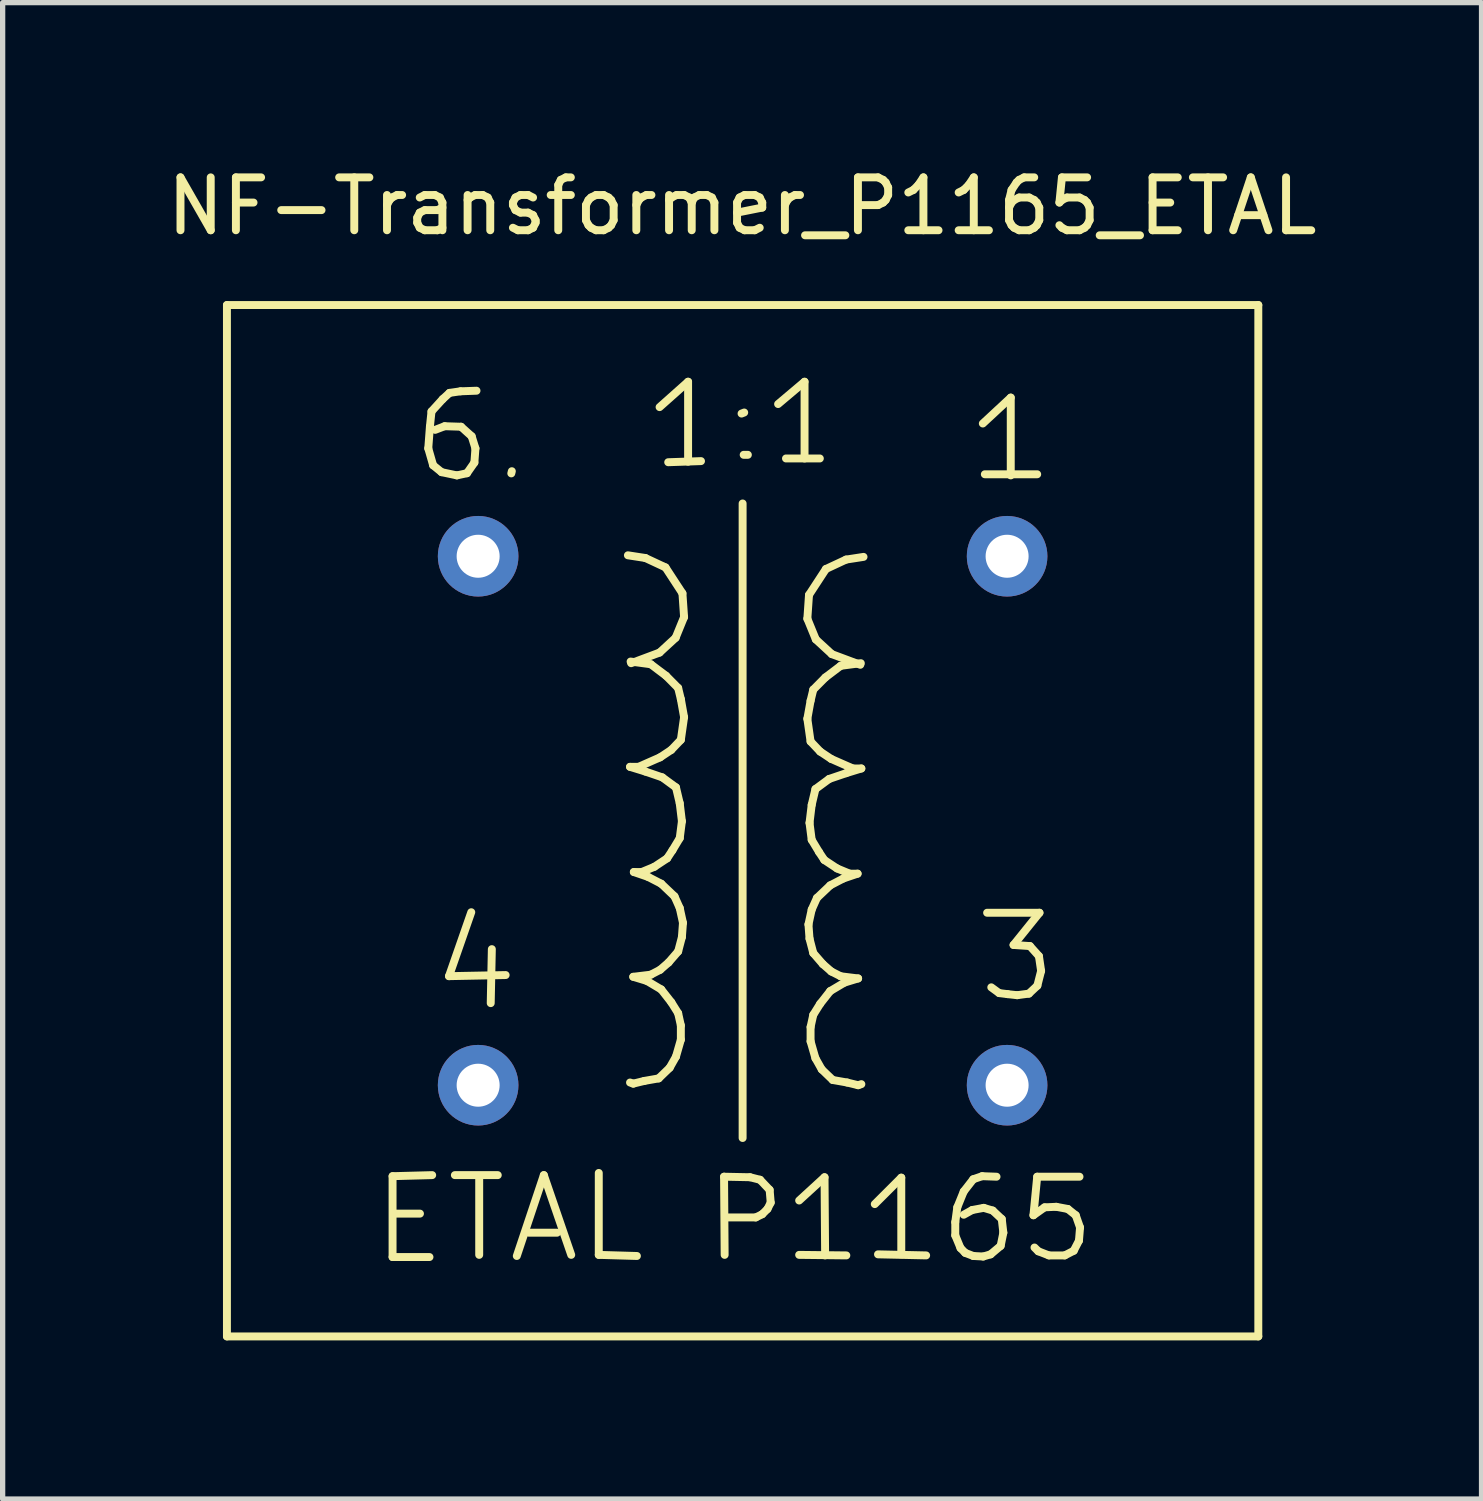
<source format=kicad_pcb>
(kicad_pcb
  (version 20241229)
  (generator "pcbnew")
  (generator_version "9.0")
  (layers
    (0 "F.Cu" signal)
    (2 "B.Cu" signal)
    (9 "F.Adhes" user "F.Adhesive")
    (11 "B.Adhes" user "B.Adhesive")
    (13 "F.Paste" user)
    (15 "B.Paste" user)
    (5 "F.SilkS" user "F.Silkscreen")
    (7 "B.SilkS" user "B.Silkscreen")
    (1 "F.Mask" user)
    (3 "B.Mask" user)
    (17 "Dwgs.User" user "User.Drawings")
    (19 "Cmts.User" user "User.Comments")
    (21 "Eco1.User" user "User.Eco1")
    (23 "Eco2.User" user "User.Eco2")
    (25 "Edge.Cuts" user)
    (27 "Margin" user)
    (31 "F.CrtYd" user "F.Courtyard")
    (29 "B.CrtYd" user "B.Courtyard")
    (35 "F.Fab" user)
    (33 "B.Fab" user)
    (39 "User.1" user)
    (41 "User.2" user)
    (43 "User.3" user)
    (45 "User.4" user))
  (footprint "NF-Transformer_P1165_ETAL"
    (layer "F.Cu")
    (at 10.992 12.469)
    (property "Reference" "NF-Transformer_P1165_ETAL" (at -0.01 -11.62 0) (layer "F.SilkS") (effects (font (size 1 1) (thickness 0.15))))
    (attr through_hole)
    (fp_line (start -9.751 -9.751) (end -9.751 9.751) (stroke (width 0.15) (type solid)) (layer "F.SilkS"))
    (fp_line (start -9.751 9.751) (end 9.751 9.751) (stroke (width 0.15) (type solid)) (layer "F.SilkS"))
    (fp_line (start -6.619 6.721) (end -6.619 8.25) (stroke (width 0.15) (type solid)) (layer "F.SilkS"))
    (fp_line (start -6.619 8.25) (end -5.921 8.25) (stroke (width 0.15) (type solid)) (layer "F.SilkS"))
    (fp_line (start -6.551 7.429) (end -6.101 7.429) (stroke (width 0.15) (type solid)) (layer "F.SilkS"))
    (fp_line (start -5.944 -7.041) (end -5.852 -6.721) (stroke (width 0.15) (type solid)) (layer "F.SilkS"))
    (fp_line (start -5.913 -7.45) (end -5.944 -7.041) (stroke (width 0.15) (type solid)) (layer "F.SilkS"))
    (fp_line (start -5.883 -7.739) (end -5.913 -7.45) (stroke (width 0.15) (type solid)) (layer "F.SilkS"))
    (fp_line (start -5.87 6.701) (end -6.619 6.721) (stroke (width 0.15) (type solid)) (layer "F.SilkS"))
    (fp_line (start -5.852 -6.721) (end -5.692 -6.591) (stroke (width 0.15) (type solid)) (layer "F.SilkS"))
    (fp_line (start -5.692 -6.591) (end -5.403 -6.53) (stroke (width 0.15) (type solid)) (layer "F.SilkS"))
    (fp_line (start -5.672 -7.971) (end -5.883 -7.739) (stroke (width 0.15) (type solid)) (layer "F.SilkS"))
    (fp_line (start -5.634 -7.46) (end -5.814 -7.391) (stroke (width 0.15) (type solid)) (layer "F.SilkS"))
    (fp_line (start -5.552 2.939) (end -4.481 2.918) (stroke (width 0.15) (type solid)) (layer "F.SilkS"))
    (fp_line (start -5.542 -8.09) (end -5.672 -7.971) (stroke (width 0.15) (type solid)) (layer "F.SilkS"))
    (fp_line (start -5.441 6.701) (end -4.63 6.701) (stroke (width 0.15) (type solid)) (layer "F.SilkS"))
    (fp_line (start -5.403 -6.53) (end -5.212 -6.571) (stroke (width 0.15) (type solid)) (layer "F.SilkS"))
    (fp_line (start -5.334 -8.12) (end -5.542 -8.09) (stroke (width 0.15) (type solid)) (layer "F.SilkS"))
    (fp_line (start -5.324 -7.45) (end -5.634 -7.46) (stroke (width 0.15) (type solid)) (layer "F.SilkS"))
    (fp_line (start -5.212 -6.571) (end -5.072 -6.772) (stroke (width 0.15) (type solid)) (layer "F.SilkS"))
    (fp_line (start -5.131 1.73) (end -5.552 2.939) (stroke (width 0.15) (type solid)) (layer "F.SilkS"))
    (fp_line (start -5.123 -7.269) (end -5.324 -7.45) (stroke (width 0.15) (type solid)) (layer "F.SilkS"))
    (fp_line (start -5.072 -6.772) (end -5.052 -7.041) (stroke (width 0.15) (type solid)) (layer "F.SilkS"))
    (fp_line (start -5.052 -7.041) (end -5.123 -7.269) (stroke (width 0.15) (type solid)) (layer "F.SilkS"))
    (fp_line (start -5.032 -8.131) (end -5.334 -8.12) (stroke (width 0.15) (type solid)) (layer "F.SilkS"))
    (fp_line (start -4.981 8.209) (end -4.981 6.741) (stroke (width 0.15) (type solid)) (layer "F.SilkS"))
    (fp_line (start -4.742 2.428) (end -4.763 3.449) (stroke (width 0.15) (type solid)) (layer "F.SilkS"))
    (fp_line (start -4.374 -6.568) (end -4.364 -6.609) (stroke (width 0.15) (type solid)) (layer "F.SilkS"))
    (fp_line (start -4.27 8.23) (end -3.759 6.701) (stroke (width 0.15) (type solid)) (layer "F.SilkS"))
    (fp_line (start -4.041 7.79) (end -3.51 7.79) (stroke (width 0.15) (type solid)) (layer "F.SilkS"))
    (fp_line (start -3.759 6.701) (end -3.241 8.209) (stroke (width 0.15) (type solid)) (layer "F.SilkS"))
    (fp_line (start -2.72 6.66) (end -2.72 8.209) (stroke (width 0.15) (type solid)) (layer "F.SilkS"))
    (fp_line (start -2.72 8.209) (end -1.999 8.23) (stroke (width 0.15) (type solid)) (layer "F.SilkS"))
    (fp_line (start -2.169 -5.019) (end -1.839 -4.968) (stroke (width 0.15) (type solid)) (layer "F.SilkS"))
    (fp_line (start -2.129 -1.019) (end -1.839 -0.93) (stroke (width 0.15) (type solid)) (layer "F.SilkS"))
    (fp_line (start -2.118 -3.01) (end -1.737 -2.959) (stroke (width 0.15) (type solid)) (layer "F.SilkS"))
    (fp_line (start -2.068 2.951) (end -1.808 3.03) (stroke (width 0.15) (type solid)) (layer "F.SilkS"))
    (fp_line (start -2.068 4.971) (end -2.129 4.95) (stroke (width 0.15) (type solid)) (layer "F.SilkS"))
    (fp_line (start -2.057 0.97) (end -1.788 1.062) (stroke (width 0.15) (type solid)) (layer "F.SilkS"))
    (fp_line (start -1.968 -1.019) (end -2.129 -1.019) (stroke (width 0.15) (type solid)) (layer "F.SilkS"))
    (fp_line (start -1.908 0.97) (end -2.057 0.97) (stroke (width 0.15) (type solid)) (layer "F.SilkS"))
    (fp_line (start -1.859 4.92) (end -2.068 4.971) (stroke (width 0.15) (type solid)) (layer "F.SilkS"))
    (fp_line (start -1.839 -4.968) (end -1.458 -4.79) (stroke (width 0.15) (type solid)) (layer "F.SilkS"))
    (fp_line (start -1.839 -0.93) (end -1.519 -0.82) (stroke (width 0.15) (type solid)) (layer "F.SilkS"))
    (fp_line (start -1.808 3.03) (end -1.539 3.19) (stroke (width 0.15) (type solid)) (layer "F.SilkS"))
    (fp_line (start -1.788 1.062) (end -1.539 1.191) (stroke (width 0.15) (type solid)) (layer "F.SilkS"))
    (fp_line (start -1.737 -2.959) (end -1.448 -2.741) (stroke (width 0.15) (type solid)) (layer "F.SilkS"))
    (fp_line (start -1.737 2.911) (end -2.068 2.951) (stroke (width 0.15) (type solid)) (layer "F.SilkS"))
    (fp_line (start -1.669 0.871) (end -1.908 0.97) (stroke (width 0.15) (type solid)) (layer "F.SilkS"))
    (fp_line (start -1.587 4.872) (end -1.859 4.92) (stroke (width 0.15) (type solid)) (layer "F.SilkS"))
    (fp_line (start -1.57 -7.821) (end -1.031 -8.301) (stroke (width 0.15) (type solid)) (layer "F.SilkS"))
    (fp_line (start -1.57 -3.18) (end -2.108 -2.979) (stroke (width 0.15) (type solid)) (layer "F.SilkS"))
    (fp_line (start -1.56 -1.199) (end -1.968 -1.019) (stroke (width 0.15) (type solid)) (layer "F.SilkS"))
    (fp_line (start -1.56 2.819) (end -1.737 2.911) (stroke (width 0.15) (type solid)) (layer "F.SilkS"))
    (fp_line (start -1.539 1.191) (end -1.288 1.43) (stroke (width 0.15) (type solid)) (layer "F.SilkS"))
    (fp_line (start -1.539 3.19) (end -1.349 3.432) (stroke (width 0.15) (type solid)) (layer "F.SilkS"))
    (fp_line (start -1.519 -0.82) (end -1.26 -0.63) (stroke (width 0.15) (type solid)) (layer "F.SilkS"))
    (fp_line (start -1.458 -4.79) (end -1.138 -4.3) (stroke (width 0.15) (type solid)) (layer "F.SilkS"))
    (fp_line (start -1.448 -2.741) (end -1.219 -2.51) (stroke (width 0.15) (type solid)) (layer "F.SilkS"))
    (fp_line (start -1.427 0.711) (end -1.669 0.871) (stroke (width 0.15) (type solid)) (layer "F.SilkS"))
    (fp_line (start -1.407 -6.779) (end -0.787 -6.8) (stroke (width 0.15) (type solid)) (layer "F.SilkS"))
    (fp_line (start -1.4 2.68) (end -1.56 2.819) (stroke (width 0.15) (type solid)) (layer "F.SilkS"))
    (fp_line (start -1.379 4.671) (end -1.587 4.872) (stroke (width 0.15) (type solid)) (layer "F.SilkS"))
    (fp_line (start -1.349 -1.339) (end -1.56 -1.199) (stroke (width 0.15) (type solid)) (layer "F.SilkS"))
    (fp_line (start -1.349 3.432) (end -1.219 3.64) (stroke (width 0.15) (type solid)) (layer "F.SilkS"))
    (fp_line (start -1.328 0.561) (end -1.427 0.711) (stroke (width 0.15) (type solid)) (layer "F.SilkS"))
    (fp_line (start -1.288 1.43) (end -1.189 1.651) (stroke (width 0.15) (type solid)) (layer "F.SilkS"))
    (fp_line (start -1.267 -3.459) (end -1.57 -3.18) (stroke (width 0.15) (type solid)) (layer "F.SilkS"))
    (fp_line (start -1.26 -0.63) (end -1.189 -0.33) (stroke (width 0.15) (type solid)) (layer "F.SilkS"))
    (fp_line (start -1.26 4.46) (end -1.379 4.671) (stroke (width 0.15) (type solid)) (layer "F.SilkS"))
    (fp_line (start -1.219 -2.51) (end -1.168 -2.299) (stroke (width 0.15) (type solid)) (layer "F.SilkS"))
    (fp_line (start -1.219 2.471) (end -1.4 2.68) (stroke (width 0.15) (type solid)) (layer "F.SilkS"))
    (fp_line (start -1.219 3.64) (end -1.168 3.871) (stroke (width 0.15) (type solid)) (layer "F.SilkS"))
    (fp_line (start -1.189 -0.33) (end -1.148 0.01) (stroke (width 0.15) (type solid)) (layer "F.SilkS"))
    (fp_line (start -1.189 0.33) (end -1.328 0.561) (stroke (width 0.15) (type solid)) (layer "F.SilkS"))
    (fp_line (start -1.189 1.651) (end -1.128 1.93) (stroke (width 0.15) (type solid)) (layer "F.SilkS"))
    (fp_line (start -1.168 -2.299) (end -1.107 -1.958) (stroke (width 0.15) (type solid)) (layer "F.SilkS"))
    (fp_line (start -1.168 -1.529) (end -1.349 -1.339) (stroke (width 0.15) (type solid)) (layer "F.SilkS"))
    (fp_line (start -1.168 3.871) (end -1.168 4.14) (stroke (width 0.15) (type solid)) (layer "F.SilkS"))
    (fp_line (start -1.168 4.14) (end -1.26 4.46) (stroke (width 0.15) (type solid)) (layer "F.SilkS"))
    (fp_line (start -1.148 0.01) (end -1.189 0.33) (stroke (width 0.15) (type solid)) (layer "F.SilkS"))
    (fp_line (start -1.148 2.2) (end -1.219 2.471) (stroke (width 0.15) (type solid)) (layer "F.SilkS"))
    (fp_line (start -1.138 -4.3) (end -1.107 -3.851) (stroke (width 0.15) (type solid)) (layer "F.SilkS"))
    (fp_line (start -1.128 1.93) (end -1.148 2.2) (stroke (width 0.15) (type solid)) (layer "F.SilkS"))
    (fp_line (start -1.107 -3.851) (end -1.267 -3.459) (stroke (width 0.15) (type solid)) (layer "F.SilkS"))
    (fp_line (start -1.107 -1.958) (end -1.168 -1.529) (stroke (width 0.15) (type solid)) (layer "F.SilkS"))
    (fp_line (start -1.031 -8.301) (end -1.031 -6.789) (stroke (width 0.15) (type solid)) (layer "F.SilkS"))
    (fp_line (start -0.351 6.731) (end 0.14 6.741) (stroke (width 0.15) (type solid)) (layer "F.SilkS"))
    (fp_line (start -0.34 8.209) (end -0.351 6.731) (stroke (width 0.15) (type solid)) (layer "F.SilkS"))
    (fp_line (start 0 -5.999) (end 0 5.999) (stroke (width 0.15) (type solid)) (layer "F.SilkS"))
    (fp_line (start 0.03 -7.719) (end -0.02 -7.699) (stroke (width 0.15) (type solid)) (layer "F.SilkS"))
    (fp_line (start 0.099 -6.919) (end 0.02 -6.919) (stroke (width 0.15) (type solid)) (layer "F.SilkS"))
    (fp_line (start 0.14 6.741) (end 0.33 6.789) (stroke (width 0.15) (type solid)) (layer "F.SilkS"))
    (fp_line (start 0.249 7.501) (end -0.269 7.501) (stroke (width 0.15) (type solid)) (layer "F.SilkS"))
    (fp_line (start 0.33 6.789) (end 0.511 6.98) (stroke (width 0.15) (type solid)) (layer "F.SilkS"))
    (fp_line (start 0.371 7.44) (end 0.249 7.501) (stroke (width 0.15) (type solid)) (layer "F.SilkS"))
    (fp_line (start 0.47 7.341) (end 0.371 7.44) (stroke (width 0.15) (type solid)) (layer "F.SilkS"))
    (fp_line (start 0.511 6.98) (end 0.531 7.221) (stroke (width 0.15) (type solid)) (layer "F.SilkS"))
    (fp_line (start 0.531 7.221) (end 0.47 7.341) (stroke (width 0.15) (type solid)) (layer "F.SilkS"))
    (fp_line (start 0.671 -7.879) (end 1.171 -8.301) (stroke (width 0.15) (type solid)) (layer "F.SilkS"))
    (fp_line (start 0.82 -6.85) (end 1.46 -6.85) (stroke (width 0.15) (type solid)) (layer "F.SilkS"))
    (fp_line (start 1.069 7.181) (end 1.549 6.741) (stroke (width 0.15) (type solid)) (layer "F.SilkS"))
    (fp_line (start 1.069 8.209) (end 1.961 8.219) (stroke (width 0.15) (type solid)) (layer "F.SilkS"))
    (fp_line (start 1.171 -8.301) (end 1.171 -6.85) (stroke (width 0.15) (type solid)) (layer "F.SilkS"))
    (fp_line (start 1.224 -3.82) (end 1.384 -3.429) (stroke (width 0.15) (type solid)) (layer "F.SilkS"))
    (fp_line (start 1.224 -1.928) (end 1.285 -1.499) (stroke (width 0.15) (type solid)) (layer "F.SilkS"))
    (fp_line (start 1.245 1.961) (end 1.265 2.23) (stroke (width 0.15) (type solid)) (layer "F.SilkS"))
    (fp_line (start 1.255 -4.27) (end 1.224 -3.82) (stroke (width 0.15) (type solid)) (layer "F.SilkS"))
    (fp_line (start 1.265 0.041) (end 1.306 0.361) (stroke (width 0.15) (type solid)) (layer "F.SilkS"))
    (fp_line (start 1.265 2.23) (end 1.336 2.502) (stroke (width 0.15) (type solid)) (layer "F.SilkS"))
    (fp_line (start 1.285 -2.268) (end 1.224 -1.928) (stroke (width 0.15) (type solid)) (layer "F.SilkS"))
    (fp_line (start 1.285 -1.499) (end 1.466 -1.308) (stroke (width 0.15) (type solid)) (layer "F.SilkS"))
    (fp_line (start 1.285 3.901) (end 1.285 4.171) (stroke (width 0.15) (type solid)) (layer "F.SilkS"))
    (fp_line (start 1.285 4.171) (end 1.377 4.491) (stroke (width 0.15) (type solid)) (layer "F.SilkS"))
    (fp_line (start 1.306 -0.3) (end 1.265 0.041) (stroke (width 0.15) (type solid)) (layer "F.SilkS"))
    (fp_line (start 1.306 0.361) (end 1.445 0.592) (stroke (width 0.15) (type solid)) (layer "F.SilkS"))
    (fp_line (start 1.306 1.681) (end 1.245 1.961) (stroke (width 0.15) (type solid)) (layer "F.SilkS"))
    (fp_line (start 1.336 -2.479) (end 1.285 -2.268) (stroke (width 0.15) (type solid)) (layer "F.SilkS"))
    (fp_line (start 1.336 2.502) (end 1.516 2.71) (stroke (width 0.15) (type solid)) (layer "F.SilkS"))
    (fp_line (start 1.336 3.67) (end 1.285 3.901) (stroke (width 0.15) (type solid)) (layer "F.SilkS"))
    (fp_line (start 1.377 -0.599) (end 1.306 -0.3) (stroke (width 0.15) (type solid)) (layer "F.SilkS"))
    (fp_line (start 1.377 4.491) (end 1.496 4.702) (stroke (width 0.15) (type solid)) (layer "F.SilkS"))
    (fp_line (start 1.384 -3.429) (end 1.687 -3.15) (stroke (width 0.15) (type solid)) (layer "F.SilkS"))
    (fp_line (start 1.405 1.46) (end 1.306 1.681) (stroke (width 0.15) (type solid)) (layer "F.SilkS"))
    (fp_line (start 1.445 0.592) (end 1.544 0.742) (stroke (width 0.15) (type solid)) (layer "F.SilkS"))
    (fp_line (start 1.466 -1.308) (end 1.676 -1.168) (stroke (width 0.15) (type solid)) (layer "F.SilkS"))
    (fp_line (start 1.466 3.462) (end 1.336 3.67) (stroke (width 0.15) (type solid)) (layer "F.SilkS"))
    (fp_line (start 1.496 4.702) (end 1.704 4.902) (stroke (width 0.15) (type solid)) (layer "F.SilkS"))
    (fp_line (start 1.516 2.71) (end 1.676 2.85) (stroke (width 0.15) (type solid)) (layer "F.SilkS"))
    (fp_line (start 1.544 0.742) (end 1.786 0.902) (stroke (width 0.15) (type solid)) (layer "F.SilkS"))
    (fp_line (start 1.549 6.741) (end 1.56 8.219) (stroke (width 0.15) (type solid)) (layer "F.SilkS"))
    (fp_line (start 1.565 -2.71) (end 1.336 -2.479) (stroke (width 0.15) (type solid)) (layer "F.SilkS"))
    (fp_line (start 1.575 -4.76) (end 1.255 -4.27) (stroke (width 0.15) (type solid)) (layer "F.SilkS"))
    (fp_line (start 1.636 -0.79) (end 1.377 -0.599) (stroke (width 0.15) (type solid)) (layer "F.SilkS"))
    (fp_line (start 1.656 1.222) (end 1.405 1.46) (stroke (width 0.15) (type solid)) (layer "F.SilkS"))
    (fp_line (start 1.656 3.221) (end 1.466 3.462) (stroke (width 0.15) (type solid)) (layer "F.SilkS"))
    (fp_line (start 1.676 -1.168) (end 2.085 -0.988) (stroke (width 0.15) (type solid)) (layer "F.SilkS"))
    (fp_line (start 1.676 2.85) (end 1.854 2.941) (stroke (width 0.15) (type solid)) (layer "F.SilkS"))
    (fp_line (start 1.687 -3.15) (end 2.225 -2.949) (stroke (width 0.15) (type solid)) (layer "F.SilkS"))
    (fp_line (start 1.704 4.902) (end 1.976 4.95) (stroke (width 0.15) (type solid)) (layer "F.SilkS"))
    (fp_line (start 1.786 0.902) (end 2.024 1.001) (stroke (width 0.15) (type solid)) (layer "F.SilkS"))
    (fp_line (start 1.854 -2.929) (end 1.565 -2.71) (stroke (width 0.15) (type solid)) (layer "F.SilkS"))
    (fp_line (start 1.854 2.941) (end 2.184 2.982) (stroke (width 0.15) (type solid)) (layer "F.SilkS"))
    (fp_line (start 1.905 1.092) (end 1.656 1.222) (stroke (width 0.15) (type solid)) (layer "F.SilkS"))
    (fp_line (start 1.925 3.061) (end 1.656 3.221) (stroke (width 0.15) (type solid)) (layer "F.SilkS"))
    (fp_line (start 1.956 -4.938) (end 1.575 -4.76) (stroke (width 0.15) (type solid)) (layer "F.SilkS"))
    (fp_line (start 1.956 -0.899) (end 1.636 -0.79) (stroke (width 0.15) (type solid)) (layer "F.SilkS"))
    (fp_line (start 1.976 4.95) (end 2.184 5.001) (stroke (width 0.15) (type solid)) (layer "F.SilkS"))
    (fp_line (start 2.024 1.001) (end 2.174 1.001) (stroke (width 0.15) (type solid)) (layer "F.SilkS"))
    (fp_line (start 2.085 -0.988) (end 2.245 -0.988) (stroke (width 0.15) (type solid)) (layer "F.SilkS"))
    (fp_line (start 2.174 1.001) (end 1.905 1.092) (stroke (width 0.15) (type solid)) (layer "F.SilkS"))
    (fp_line (start 2.184 2.982) (end 1.925 3.061) (stroke (width 0.15) (type solid)) (layer "F.SilkS"))
    (fp_line (start 2.184 5.001) (end 2.245 4.981) (stroke (width 0.15) (type solid)) (layer "F.SilkS"))
    (fp_line (start 2.235 -2.979) (end 1.854 -2.929) (stroke (width 0.15) (type solid)) (layer "F.SilkS"))
    (fp_line (start 2.245 -0.988) (end 1.956 -0.899) (stroke (width 0.15) (type solid)) (layer "F.SilkS"))
    (fp_line (start 2.286 -4.989) (end 1.956 -4.938) (stroke (width 0.15) (type solid)) (layer "F.SilkS"))
    (fp_line (start 2.499 7.249) (end 3 6.749) (stroke (width 0.15) (type solid)) (layer "F.SilkS"))
    (fp_line (start 2.56 8.199) (end 3.47 8.219) (stroke (width 0.15) (type solid)) (layer "F.SilkS"))
    (fp_line (start 3 6.749) (end 3 8.199) (stroke (width 0.15) (type solid)) (layer "F.SilkS"))
    (fp_line (start 4.021 7.59) (end 4.021 7.841) (stroke (width 0.15) (type solid)) (layer "F.SilkS"))
    (fp_line (start 4.021 7.841) (end 4.12 8.08) (stroke (width 0.15) (type solid)) (layer "F.SilkS"))
    (fp_line (start 4.059 7.31) (end 4.021 7.59) (stroke (width 0.15) (type solid)) (layer "F.SilkS"))
    (fp_line (start 4.12 8.08) (end 4.209 8.171) (stroke (width 0.15) (type solid)) (layer "F.SilkS"))
    (fp_line (start 4.181 7.01) (end 4.059 7.31) (stroke (width 0.15) (type solid)) (layer "F.SilkS"))
    (fp_line (start 4.209 8.171) (end 4.361 8.23) (stroke (width 0.15) (type solid)) (layer "F.SilkS"))
    (fp_line (start 4.341 7.361) (end 4.181 7.45) (stroke (width 0.15) (type solid)) (layer "F.SilkS"))
    (fp_line (start 4.361 6.779) (end 4.181 7.01) (stroke (width 0.15) (type solid)) (layer "F.SilkS"))
    (fp_line (start 4.361 8.23) (end 4.549 8.24) (stroke (width 0.15) (type solid)) (layer "F.SilkS"))
    (fp_line (start 4.529 6.721) (end 4.361 6.779) (stroke (width 0.15) (type solid)) (layer "F.SilkS"))
    (fp_line (start 4.542 -7.511) (end 5.07 -8.001) (stroke (width 0.15) (type solid)) (layer "F.SilkS"))
    (fp_line (start 4.549 8.24) (end 4.689 8.199) (stroke (width 0.15) (type solid)) (layer "F.SilkS"))
    (fp_line (start 4.559 7.32) (end 4.341 7.361) (stroke (width 0.15) (type solid)) (layer "F.SilkS"))
    (fp_line (start 4.58 -6.551) (end 5.57 -6.551) (stroke (width 0.15) (type solid)) (layer "F.SilkS"))
    (fp_line (start 4.623 1.74) (end 5.613 1.74) (stroke (width 0.15) (type solid)) (layer "F.SilkS"))
    (fp_line (start 4.689 8.199) (end 4.879 8.039) (stroke (width 0.15) (type solid)) (layer "F.SilkS"))
    (fp_line (start 4.729 7.371) (end 4.559 7.32) (stroke (width 0.15) (type solid)) (layer "F.SilkS"))
    (fp_line (start 4.801 6.731) (end 4.529 6.721) (stroke (width 0.15) (type solid)) (layer "F.SilkS"))
    (fp_line (start 4.851 3.259) (end 4.702 3.15) (stroke (width 0.15) (type solid)) (layer "F.SilkS"))
    (fp_line (start 4.879 8.039) (end 4.93 7.79) (stroke (width 0.15) (type solid)) (layer "F.SilkS"))
    (fp_line (start 4.9 7.531) (end 4.729 7.371) (stroke (width 0.15) (type solid)) (layer "F.SilkS"))
    (fp_line (start 4.93 7.79) (end 4.9 7.531) (stroke (width 0.15) (type solid)) (layer "F.SilkS"))
    (fp_line (start 5.011 3.279) (end 4.851 3.259) (stroke (width 0.15) (type solid)) (layer "F.SilkS"))
    (fp_line (start 5.07 -8.001) (end 5.07 -6.53) (stroke (width 0.15) (type solid)) (layer "F.SilkS"))
    (fp_line (start 5.123 2.349) (end 5.433 2.37) (stroke (width 0.15) (type solid)) (layer "F.SilkS"))
    (fp_line (start 5.192 3.299) (end 5.011 3.279) (stroke (width 0.15) (type solid)) (layer "F.SilkS"))
    (fp_line (start 5.413 3.269) (end 5.192 3.299) (stroke (width 0.15) (type solid)) (layer "F.SilkS"))
    (fp_line (start 5.433 2.37) (end 5.603 2.56) (stroke (width 0.15) (type solid)) (layer "F.SilkS"))
    (fp_line (start 5.499 7.46) (end 5.71 7.31) (stroke (width 0.15) (type solid)) (layer "F.SilkS"))
    (fp_line (start 5.57 6.731) (end 5.499 7.46) (stroke (width 0.15) (type solid)) (layer "F.SilkS"))
    (fp_line (start 5.573 3.119) (end 5.413 3.269) (stroke (width 0.15) (type solid)) (layer "F.SilkS"))
    (fp_line (start 5.591 8.141) (end 5.519 8.07) (stroke (width 0.15) (type solid)) (layer "F.SilkS"))
    (fp_line (start 5.603 2.56) (end 5.644 2.84) (stroke (width 0.15) (type solid)) (layer "F.SilkS"))
    (fp_line (start 5.613 1.74) (end 5.123 2.349) (stroke (width 0.15) (type solid)) (layer "F.SilkS"))
    (fp_line (start 5.644 2.84) (end 5.573 3.119) (stroke (width 0.15) (type solid)) (layer "F.SilkS"))
    (fp_line (start 5.71 7.31) (end 5.931 7.3) (stroke (width 0.15) (type solid)) (layer "F.SilkS"))
    (fp_line (start 5.791 8.219) (end 5.591 8.141) (stroke (width 0.15) (type solid)) (layer "F.SilkS"))
    (fp_line (start 5.931 7.3) (end 6.149 7.341) (stroke (width 0.15) (type solid)) (layer "F.SilkS"))
    (fp_line (start 6.091 8.219) (end 5.791 8.219) (stroke (width 0.15) (type solid)) (layer "F.SilkS"))
    (fp_line (start 6.149 7.341) (end 6.299 7.46) (stroke (width 0.15) (type solid)) (layer "F.SilkS"))
    (fp_line (start 6.261 8.131) (end 6.091 8.219) (stroke (width 0.15) (type solid)) (layer "F.SilkS"))
    (fp_line (start 6.299 7.46) (end 6.38 7.691) (stroke (width 0.15) (type solid)) (layer "F.SilkS"))
    (fp_line (start 6.36 7.94) (end 6.261 8.131) (stroke (width 0.15) (type solid)) (layer "F.SilkS"))
    (fp_line (start 6.37 6.731) (end 5.57 6.731) (stroke (width 0.15) (type solid)) (layer "F.SilkS"))
    (fp_line (start 6.38 7.691) (end 6.36 7.94) (stroke (width 0.15) (type solid)) (layer "F.SilkS"))
    (fp_line (start 9.751 -9.751) (end -9.751 -9.751) (stroke (width 0.15) (type solid)) (layer "F.SilkS"))
    (fp_line (start 9.751 9.751) (end 9.751 -9.751) (stroke (width 0.15) (type solid)) (layer "F.SilkS"))
    (pad "1" thru_hole circle (at 5.001 -5.001) (size 1.524 1.524) (drill 0.813) (layers "*.Cu" "*.Mask"))
    (pad "3" thru_hole circle (at 5.001 5.001) (size 1.524 1.524) (drill 0.813) (layers "*.Cu" "*.Mask"))
    (pad "4" thru_hole circle (at -5.001 5.001) (size 1.524 1.524) (drill 0.813) (layers "*.Cu" "*.Mask"))
    (pad "6" thru_hole circle (at -5.001 -5.001) (size 1.524 1.524) (drill 0.813) (layers "*.Cu" "*.Mask")))
  (gr_rect
    (start -3 -3)
    (end 24.964 25.295)
    (stroke (width 0.1) (type default))
    (fill no)
    (layer "Edge.Cuts")))
</source>
